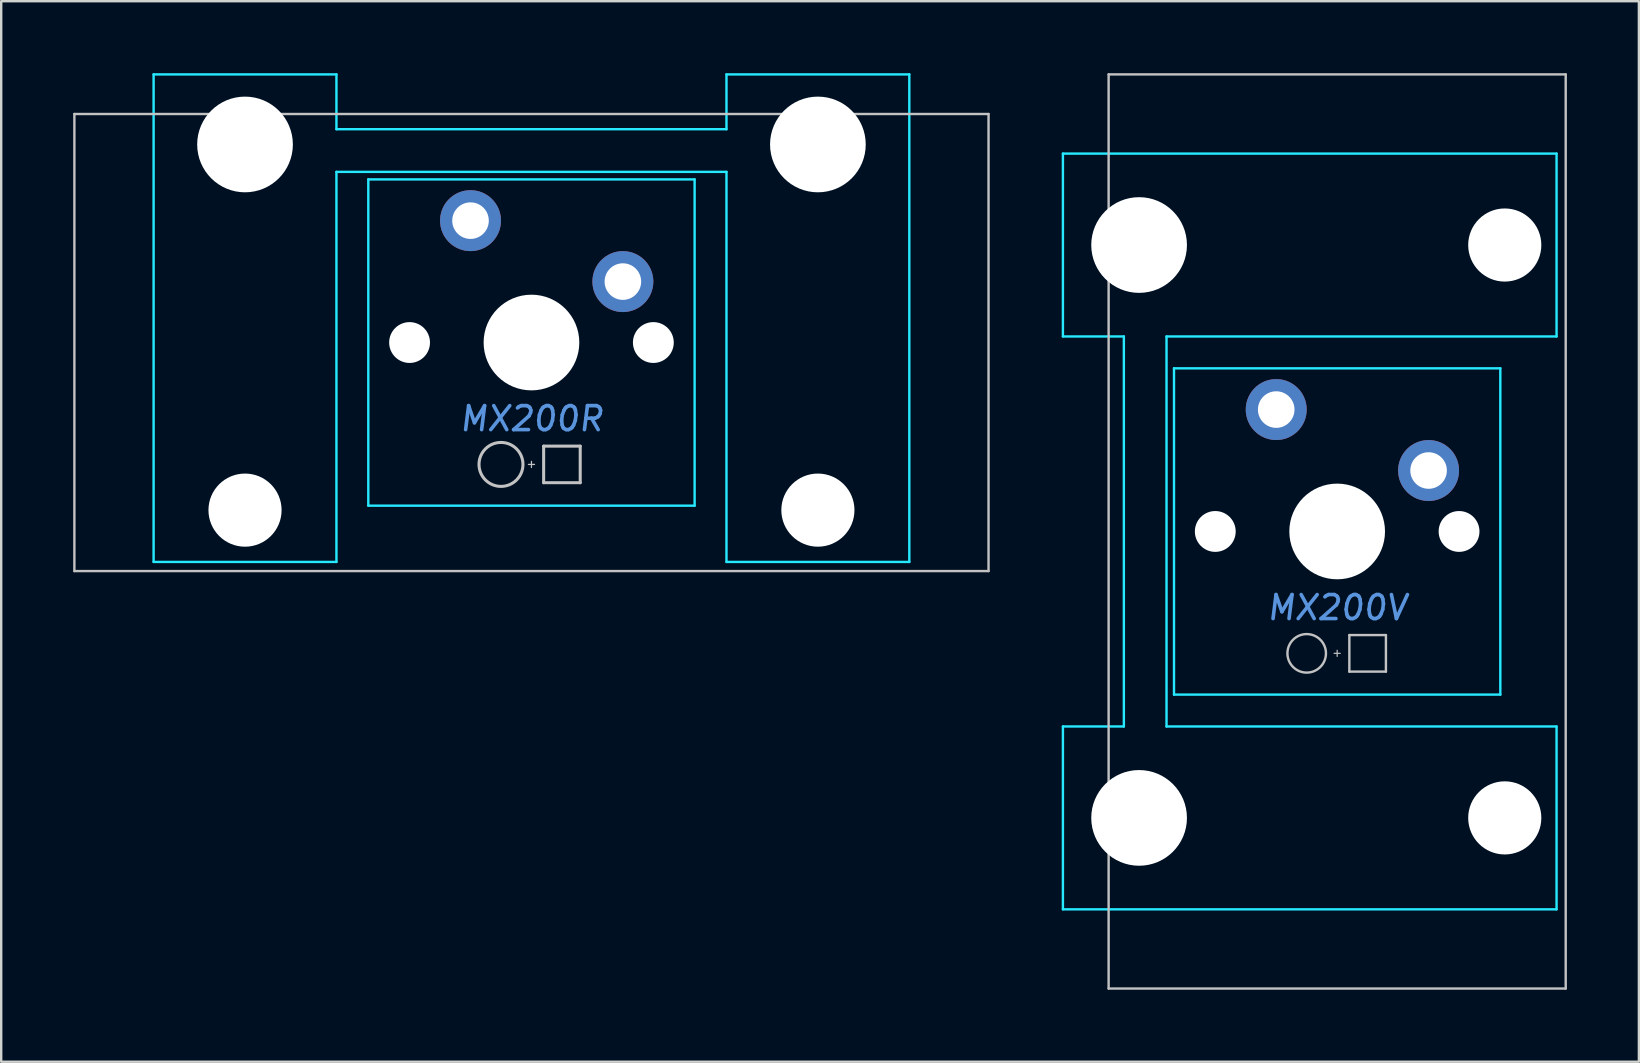
<source format=kicad_pcb>
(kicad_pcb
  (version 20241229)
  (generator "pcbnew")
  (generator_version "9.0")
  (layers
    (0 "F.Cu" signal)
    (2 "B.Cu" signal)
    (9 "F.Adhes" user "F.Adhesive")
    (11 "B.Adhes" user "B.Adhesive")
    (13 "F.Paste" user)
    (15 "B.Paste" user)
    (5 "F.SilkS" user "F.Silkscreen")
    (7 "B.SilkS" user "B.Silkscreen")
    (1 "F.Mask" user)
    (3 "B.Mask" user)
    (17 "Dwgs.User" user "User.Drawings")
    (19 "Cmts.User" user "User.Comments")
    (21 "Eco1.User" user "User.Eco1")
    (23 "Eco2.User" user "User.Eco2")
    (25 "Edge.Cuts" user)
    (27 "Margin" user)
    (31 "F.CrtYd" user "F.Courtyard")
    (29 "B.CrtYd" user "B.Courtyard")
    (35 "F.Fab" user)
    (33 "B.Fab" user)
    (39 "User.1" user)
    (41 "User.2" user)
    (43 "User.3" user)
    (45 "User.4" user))
  (footprint "MX200R"
    (layer "F.Cu")
    (at 19.1 11.226)
    (property "Reference" "MX200R" (at 0 3.175 0) (layer "Cmts.User") (effects (font (size 1 1) (thickness 0.15) (italic yes))))
    (attr through_hole)
    (fp_line (start -19.05 -9.525) (end -19.05 9.525) (stroke (width 0.1) (type solid)) (layer "Dwgs.User"))
    (fp_line (start -19.05 -9.525) (end 19.05 -9.525) (stroke (width 0.1) (type solid)) (layer "Dwgs.User"))
    (fp_line (start -19.05 9.525) (end 19.05 9.525) (stroke (width 0.1) (type solid)) (layer "Dwgs.User"))
    (fp_line (start -0.127 5.08) (end 0.127 5.08) (stroke (width 0.051) (type solid)) (layer "Dwgs.User"))
    (fp_line (start 0 4.953) (end 0 5.207) (stroke (width 0.051) (type solid)) (layer "Dwgs.User"))
    (fp_line (start 0.508 4.318) (end 0.508 5.842) (stroke (width 0.127) (type solid)) (layer "Dwgs.User"))
    (fp_line (start 0.508 4.318) (end 2.032 4.318) (stroke (width 0.127) (type solid)) (layer "Dwgs.User"))
    (fp_line (start 0.508 5.842) (end 2.032 5.842) (stroke (width 0.127) (type solid)) (layer "Dwgs.User"))
    (fp_line (start 2.032 5.842) (end 2.032 4.318) (stroke (width 0.127) (type solid)) (layer "Dwgs.User"))
    (fp_line (start 19.05 -9.525) (end 19.05 9.525) (stroke (width 0.1) (type solid)) (layer "Dwgs.User"))
    (fp_circle (center -1.27 5.08) (end -0.354 5.08) (stroke (width 0.127) (type solid)) (fill no) (layer "Dwgs.User"))
    (fp_line (start -15.438 -8.515) (end -15.438 5.485) (stroke (width 0.1) (type solid)) (layer "Eco1.User"))
    (fp_line (start -14.938 -9.015) (end -8.938 -9.015) (stroke (width 0.1) (type solid)) (layer "Eco1.User"))
    (fp_line (start -8.938 5.985) (end -14.938 5.985) (stroke (width 0.1) (type solid)) (layer "Eco1.User"))
    (fp_line (start -8.438 5.485) (end -8.438 -8.515) (stroke (width 0.1) (type solid)) (layer "Eco1.User"))
    (fp_line (start -7 -6.5) (end -7 6.5) (stroke (width 0.1) (type solid)) (layer "Eco1.User"))
    (fp_line (start -6.5 7) (end 6.5 7) (stroke (width 0.1) (type solid)) (layer "Eco1.User"))
    (fp_line (start 6.5 -7) (end -6.5 -7) (stroke (width 0.1) (type solid)) (layer "Eco1.User"))
    (fp_line (start 7 6.5) (end 7 -6.5) (stroke (width 0.1) (type solid)) (layer "Eco1.User"))
    (fp_line (start 8.438 -8.515) (end 8.438 5.485) (stroke (width 0.1) (type solid)) (layer "Eco1.User"))
    (fp_line (start 8.938 -9.015) (end 14.938 -9.015) (stroke (width 0.1) (type solid)) (layer "Eco1.User"))
    (fp_line (start 14.938 5.985) (end 8.938 5.985) (stroke (width 0.1) (type solid)) (layer "Eco1.User"))
    (fp_line (start 15.438 5.485) (end 15.438 -8.515) (stroke (width 0.1) (type solid)) (layer "Eco1.User"))
    (fp_arc (start -15.438 -8.515) (mid -15.291553 -8.868553) (end -14.938 -9.015) (stroke (width 0.1) (type solid)) (layer "Eco1.User"))
    (fp_arc (start -14.938 5.985) (mid -15.291553 5.838553) (end -15.438 5.485) (stroke (width 0.1) (type solid)) (layer "Eco1.User"))
    (fp_arc (start -8.938 -9.015) (mid -8.584447 -8.868553) (end -8.438 -8.515) (stroke (width 0.1) (type solid)) (layer "Eco1.User"))
    (fp_arc (start -8.438 5.485) (mid -8.584447 5.838553) (end -8.938 5.985) (stroke (width 0.1) (type solid)) (layer "Eco1.User"))
    (fp_arc (start -7 -6.5) (mid -6.853553 -6.853553) (end -6.5 -7) (stroke (width 0.1) (type solid)) (layer "Eco1.User"))
    (fp_arc (start -6.5 7) (mid -6.853553 6.853553) (end -7 6.5) (stroke (width 0.1) (type solid)) (layer "Eco1.User"))
    (fp_arc (start 6.5 -7) (mid 6.853553 -6.853553) (end 7 -6.5) (stroke (width 0.1) (type solid)) (layer "Eco1.User"))
    (fp_arc (start 7 6.5) (mid 6.853553 6.853553) (end 6.5 7) (stroke (width 0.1) (type solid)) (layer "Eco1.User"))
    (fp_arc (start 8.438 -8.515) (mid 8.584447 -8.868553) (end 8.938 -9.015) (stroke (width 0.1) (type solid)) (layer "Eco1.User"))
    (fp_arc (start 8.938 5.985) (mid 8.584447 5.838553) (end 8.438 5.485) (stroke (width 0.1) (type solid)) (layer "Eco1.User"))
    (fp_arc (start 14.938 -9.015) (mid 15.291553 -8.868553) (end 15.438 -8.515) (stroke (width 0.1) (type solid)) (layer "Eco1.User"))
    (fp_arc (start 15.438 5.485) (mid 15.291553 5.838553) (end 14.938 5.985) (stroke (width 0.1) (type solid)) (layer "Eco1.User"))
    (fp_line (start -15.748 9.144) (end -15.748 -11.176) (stroke (width 0.1) (type solid)) (layer "B.CrtYd"))
    (fp_line (start -8.128 -11.176) (end -15.748 -11.176) (stroke (width 0.1) (type solid)) (layer "B.CrtYd"))
    (fp_line (start -8.128 -8.89) (end -8.128 -11.176) (stroke (width 0.1) (type solid)) (layer "B.CrtYd"))
    (fp_line (start -8.128 -7.112) (end -8.128 9.144) (stroke (width 0.1) (type solid)) (layer "B.CrtYd"))
    (fp_line (start -8.128 9.144) (end -15.748 9.144) (stroke (width 0.1) (type solid)) (layer "B.CrtYd"))
    (fp_line (start -6.8 -6.8) (end -6.8 6.8) (stroke (width 0.1) (type solid)) (layer "B.CrtYd"))
    (fp_line (start 6.8 -6.8) (end -6.8 -6.8) (stroke (width 0.1) (type solid)) (layer "B.CrtYd"))
    (fp_line (start 6.8 -6.8) (end 6.8 6.8) (stroke (width 0.1) (type solid)) (layer "B.CrtYd"))
    (fp_line (start 6.8 6.8) (end -6.8 6.8) (stroke (width 0.1) (type solid)) (layer "B.CrtYd"))
    (fp_line (start 8.128 -8.89) (end -8.128 -8.89) (stroke (width 0.1) (type solid)) (layer "B.CrtYd"))
    (fp_line (start 8.128 -8.89) (end 8.128 -11.176) (stroke (width 0.1) (type solid)) (layer "B.CrtYd"))
    (fp_line (start 8.128 -7.112) (end -8.128 -7.112) (stroke (width 0.1) (type solid)) (layer "B.CrtYd"))
    (fp_line (start 8.128 -7.112) (end 8.128 9.144) (stroke (width 0.1) (type solid)) (layer "B.CrtYd"))
    (fp_line (start 15.748 -11.176) (end 8.128 -11.176) (stroke (width 0.1) (type solid)) (layer "B.CrtYd"))
    (fp_line (start 15.748 9.144) (end 8.128 9.144) (stroke (width 0.1) (type solid)) (layer "B.CrtYd"))
    (fp_line (start 15.748 9.144) (end 15.748 -11.176) (stroke (width 0.1) (type solid)) (layer "B.CrtYd"))
    (pad "" np_thru_hole circle (at -11.938 -8.255) (size 3.988 3.988) (drill 3.988) (layers "*.Cu" "*.Mask"))
    (pad "" np_thru_hole circle (at -11.938 6.985) (size 3.048 3.048) (drill 3.048) (layers "*.Cu" "*.Mask"))
    (pad "" np_thru_hole circle (at -5.08 0) (size 1.702 1.702) (drill 1.702) (layers "*.Cu" "*.Mask"))
    (pad "" np_thru_hole circle (at 0 0) (size 3.988 3.988) (drill 3.988) (layers "*.Cu" "*.Mask"))
    (pad "" np_thru_hole circle (at 5.08 0) (size 1.702 1.702) (drill 1.702) (layers "*.Cu" "*.Mask"))
    (pad "" np_thru_hole circle (at 11.938 -8.255) (size 3.988 3.988) (drill 3.988) (layers "*.Cu" "*.Mask"))
    (pad "" np_thru_hole circle (at 11.938 6.985) (size 3.048 3.048) (drill 3.048) (layers "*.Cu" "*.Mask"))
    (pad "1" thru_hole circle (at 3.81 -2.54) (size 2.54 2.54) (drill 1.524) (layers "*.Cu" "*.Mask"))
    (pad "2" thru_hole circle (at -2.54 -5.08) (size 2.54 2.54) (drill 1.524) (layers "*.Cu" "*.Mask")))
  (footprint "MX200V"
    (layer "F.Cu")
    (at 52.68 19.1)
    (property "Reference" "MX200V" (at 0 3.175 0) (layer "Cmts.User") (effects (font (size 1 1) (thickness 0.15) (italic yes))))
    (attr through_hole)
    (fp_line (start -9.525 -19.05) (end -9.525 19.05) (stroke (width 0.1) (type solid)) (layer "Dwgs.User"))
    (fp_line (start -0.127 5.08) (end 0.127 5.08) (stroke (width 0.05) (type solid)) (layer "Dwgs.User"))
    (fp_line (start 0 5.207) (end 0 4.953) (stroke (width 0.05) (type solid)) (layer "Dwgs.User"))
    (fp_line (start 0.508 4.318) (end 0.508 5.842) (stroke (width 0.1) (type solid)) (layer "Dwgs.User"))
    (fp_line (start 0.508 4.318) (end 2.032 4.318) (stroke (width 0.1) (type solid)) (layer "Dwgs.User"))
    (fp_line (start 0.508 5.842) (end 2.032 5.842) (stroke (width 0.1) (type solid)) (layer "Dwgs.User"))
    (fp_line (start 2.032 5.842) (end 2.032 4.318) (stroke (width 0.1) (type solid)) (layer "Dwgs.User"))
    (fp_line (start 9.525 -19.05) (end -9.525 -19.05) (stroke (width 0.1) (type solid)) (layer "Dwgs.User"))
    (fp_line (start 9.525 -19.05) (end 9.525 19.05) (stroke (width 0.1) (type solid)) (layer "Dwgs.User"))
    (fp_line (start 9.525 19.05) (end -9.525 19.05) (stroke (width 0.1) (type solid)) (layer "Dwgs.User"))
    (fp_circle (center -1.27 5.08) (end -0.467 5.08) (stroke (width 0.1) (type solid)) (fill no) (layer "Dwgs.User"))
    (fp_line (start -9.015 -8.938) (end -9.015 -14.938) (stroke (width 0.1) (type solid)) (layer "Eco1.User"))
    (fp_line (start -9.015 14.938) (end -9.015 8.938) (stroke (width 0.1) (type solid)) (layer "Eco1.User"))
    (fp_line (start -8.515 -8.438) (end 5.485 -8.438) (stroke (width 0.1) (type solid)) (layer "Eco1.User"))
    (fp_line (start -8.515 15.438) (end 5.485 15.438) (stroke (width 0.1) (type solid)) (layer "Eco1.User"))
    (fp_line (start -7 -6.5) (end -7 6.5) (stroke (width 0.1) (type solid)) (layer "Eco1.User"))
    (fp_line (start -6.5 7) (end 6.5 7) (stroke (width 0.1) (type solid)) (layer "Eco1.User"))
    (fp_line (start 5.485 -15.438) (end -8.515 -15.438) (stroke (width 0.1) (type solid)) (layer "Eco1.User"))
    (fp_line (start 5.485 8.438) (end -8.515 8.438) (stroke (width 0.1) (type solid)) (layer "Eco1.User"))
    (fp_line (start 5.985 -14.938) (end 5.985 -8.938) (stroke (width 0.1) (type solid)) (layer "Eco1.User"))
    (fp_line (start 5.985 8.938) (end 5.985 14.938) (stroke (width 0.1) (type solid)) (layer "Eco1.User"))
    (fp_line (start 6.5 -7) (end -6.5 -7) (stroke (width 0.1) (type solid)) (layer "Eco1.User"))
    (fp_line (start 7 6.5) (end 7 -6.5) (stroke (width 0.1) (type solid)) (layer "Eco1.User"))
    (fp_arc (start -9.015 -14.938) (mid -8.868553 -15.291553) (end -8.515 -15.438) (stroke (width 0.1) (type solid)) (layer "Eco1.User"))
    (fp_arc (start -9.015 8.938) (mid -8.868553 8.584447) (end -8.515 8.438) (stroke (width 0.1) (type solid)) (layer "Eco1.User"))
    (fp_arc (start -8.515 -8.438) (mid -8.868553 -8.584447) (end -9.015 -8.938) (stroke (width 0.1) (type solid)) (layer "Eco1.User"))
    (fp_arc (start -8.515 15.438) (mid -8.868553 15.291553) (end -9.015 14.938) (stroke (width 0.1) (type solid)) (layer "Eco1.User"))
    (fp_arc (start -7 -6.5) (mid -6.853553 -6.853553) (end -6.5 -7) (stroke (width 0.1) (type solid)) (layer "Eco1.User"))
    (fp_arc (start -6.5 7) (mid -6.853553 6.853553) (end -7 6.5) (stroke (width 0.1) (type solid)) (layer "Eco1.User"))
    (fp_arc (start 5.485 -15.438) (mid 5.838553 -15.291553) (end 5.985 -14.938) (stroke (width 0.1) (type solid)) (layer "Eco1.User"))
    (fp_arc (start 5.485 8.438) (mid 5.838553 8.584447) (end 5.985 8.938) (stroke (width 0.1) (type solid)) (layer "Eco1.User"))
    (fp_arc (start 5.985 -8.938) (mid 5.838553 -8.584447) (end 5.485 -8.438) (stroke (width 0.1) (type solid)) (layer "Eco1.User"))
    (fp_arc (start 5.985 14.938) (mid 5.838553 15.291553) (end 5.485 15.438) (stroke (width 0.1) (type solid)) (layer "Eco1.User"))
    (fp_arc (start 6.5 -7) (mid 6.853553 -6.853553) (end 7 -6.5) (stroke (width 0.1) (type solid)) (layer "Eco1.User"))
    (fp_arc (start 7 6.5) (mid 6.853553 6.853553) (end 6.5 7) (stroke (width 0.1) (type solid)) (layer "Eco1.User"))
    (fp_line (start -11.43 -15.748) (end 9.144 -15.748) (stroke (width 0.1) (type solid)) (layer "B.CrtYd"))
    (fp_line (start -11.43 -8.128) (end -11.43 -15.748) (stroke (width 0.1) (type solid)) (layer "B.CrtYd"))
    (fp_line (start -11.43 -8.128) (end -8.89 -8.128) (stroke (width 0.1) (type solid)) (layer "B.CrtYd"))
    (fp_line (start -11.43 8.128) (end -8.89 8.128) (stroke (width 0.1) (type solid)) (layer "B.CrtYd"))
    (fp_line (start -11.43 15.748) (end -11.43 8.128) (stroke (width 0.1) (type solid)) (layer "B.CrtYd"))
    (fp_line (start -8.89 -8.128) (end -8.89 8.128) (stroke (width 0.1) (type solid)) (layer "B.CrtYd"))
    (fp_line (start -7.112 -8.128) (end -7.112 8.128) (stroke (width 0.1) (type solid)) (layer "B.CrtYd"))
    (fp_line (start -6.8 6.8) (end -6.8 -6.8) (stroke (width 0.1) (type solid)) (layer "B.CrtYd"))
    (fp_line (start 6.8 -6.8) (end -6.8 -6.8) (stroke (width 0.1) (type solid)) (layer "B.CrtYd"))
    (fp_line (start 6.8 6.8) (end -6.8 6.8) (stroke (width 0.1) (type solid)) (layer "B.CrtYd"))
    (fp_line (start 6.8 6.8) (end 6.8 -6.8) (stroke (width 0.1) (type solid)) (layer "B.CrtYd"))
    (fp_line (start 9.144 -15.748) (end 9.144 -8.128) (stroke (width 0.1) (type solid)) (layer "B.CrtYd"))
    (fp_line (start 9.144 -8.128) (end -7.112 -8.128) (stroke (width 0.1) (type solid)) (layer "B.CrtYd"))
    (fp_line (start 9.144 8.128) (end -7.112 8.128) (stroke (width 0.1) (type solid)) (layer "B.CrtYd"))
    (fp_line (start 9.144 8.128) (end 9.144 15.748) (stroke (width 0.1) (type solid)) (layer "B.CrtYd"))
    (fp_line (start 9.144 15.748) (end -11.43 15.748) (stroke (width 0.1) (type solid)) (layer "B.CrtYd"))
    (pad "" np_thru_hole circle (at -8.255 -11.938 270) (size 3.988 3.988) (drill 3.988) (layers "*.Cu" "*.Mask"))
    (pad "" np_thru_hole circle (at -8.255 11.938 270) (size 3.988 3.988) (drill 3.988) (layers "*.Cu" "*.Mask"))
    (pad "" np_thru_hole circle (at -5.08 0) (size 1.702 1.702) (drill 1.702) (layers "*.Cu" "*.Mask"))
    (pad "" np_thru_hole circle (at 0 0) (size 3.988 3.988) (drill 3.988) (layers "*.Cu" "*.Mask"))
    (pad "" np_thru_hole circle (at 5.08 0) (size 1.702 1.702) (drill 1.702) (layers "*.Cu" "*.Mask"))
    (pad "" np_thru_hole circle (at 6.985 -11.938 270) (size 3.048 3.048) (drill 3.048) (layers "*.Cu" "*.Mask"))
    (pad "" np_thru_hole circle (at 6.985 11.938 270) (size 3.048 3.048) (drill 3.048) (layers "*.Cu" "*.Mask"))
    (pad "1" thru_hole circle (at 3.81 -2.54) (size 2.54 2.54) (drill 1.524) (layers "*.Cu" "*.Mask"))
    (pad "2" thru_hole circle (at -2.54 -5.08) (size 2.54 2.54) (drill 1.524) (layers "*.Cu" "*.Mask")))
  (gr_rect
    (start -3 -3)
    (end 65.255 41.2)
    (stroke (width 0.1) (type default))
    (fill no)
    (layer "Edge.Cuts")))
</source>
